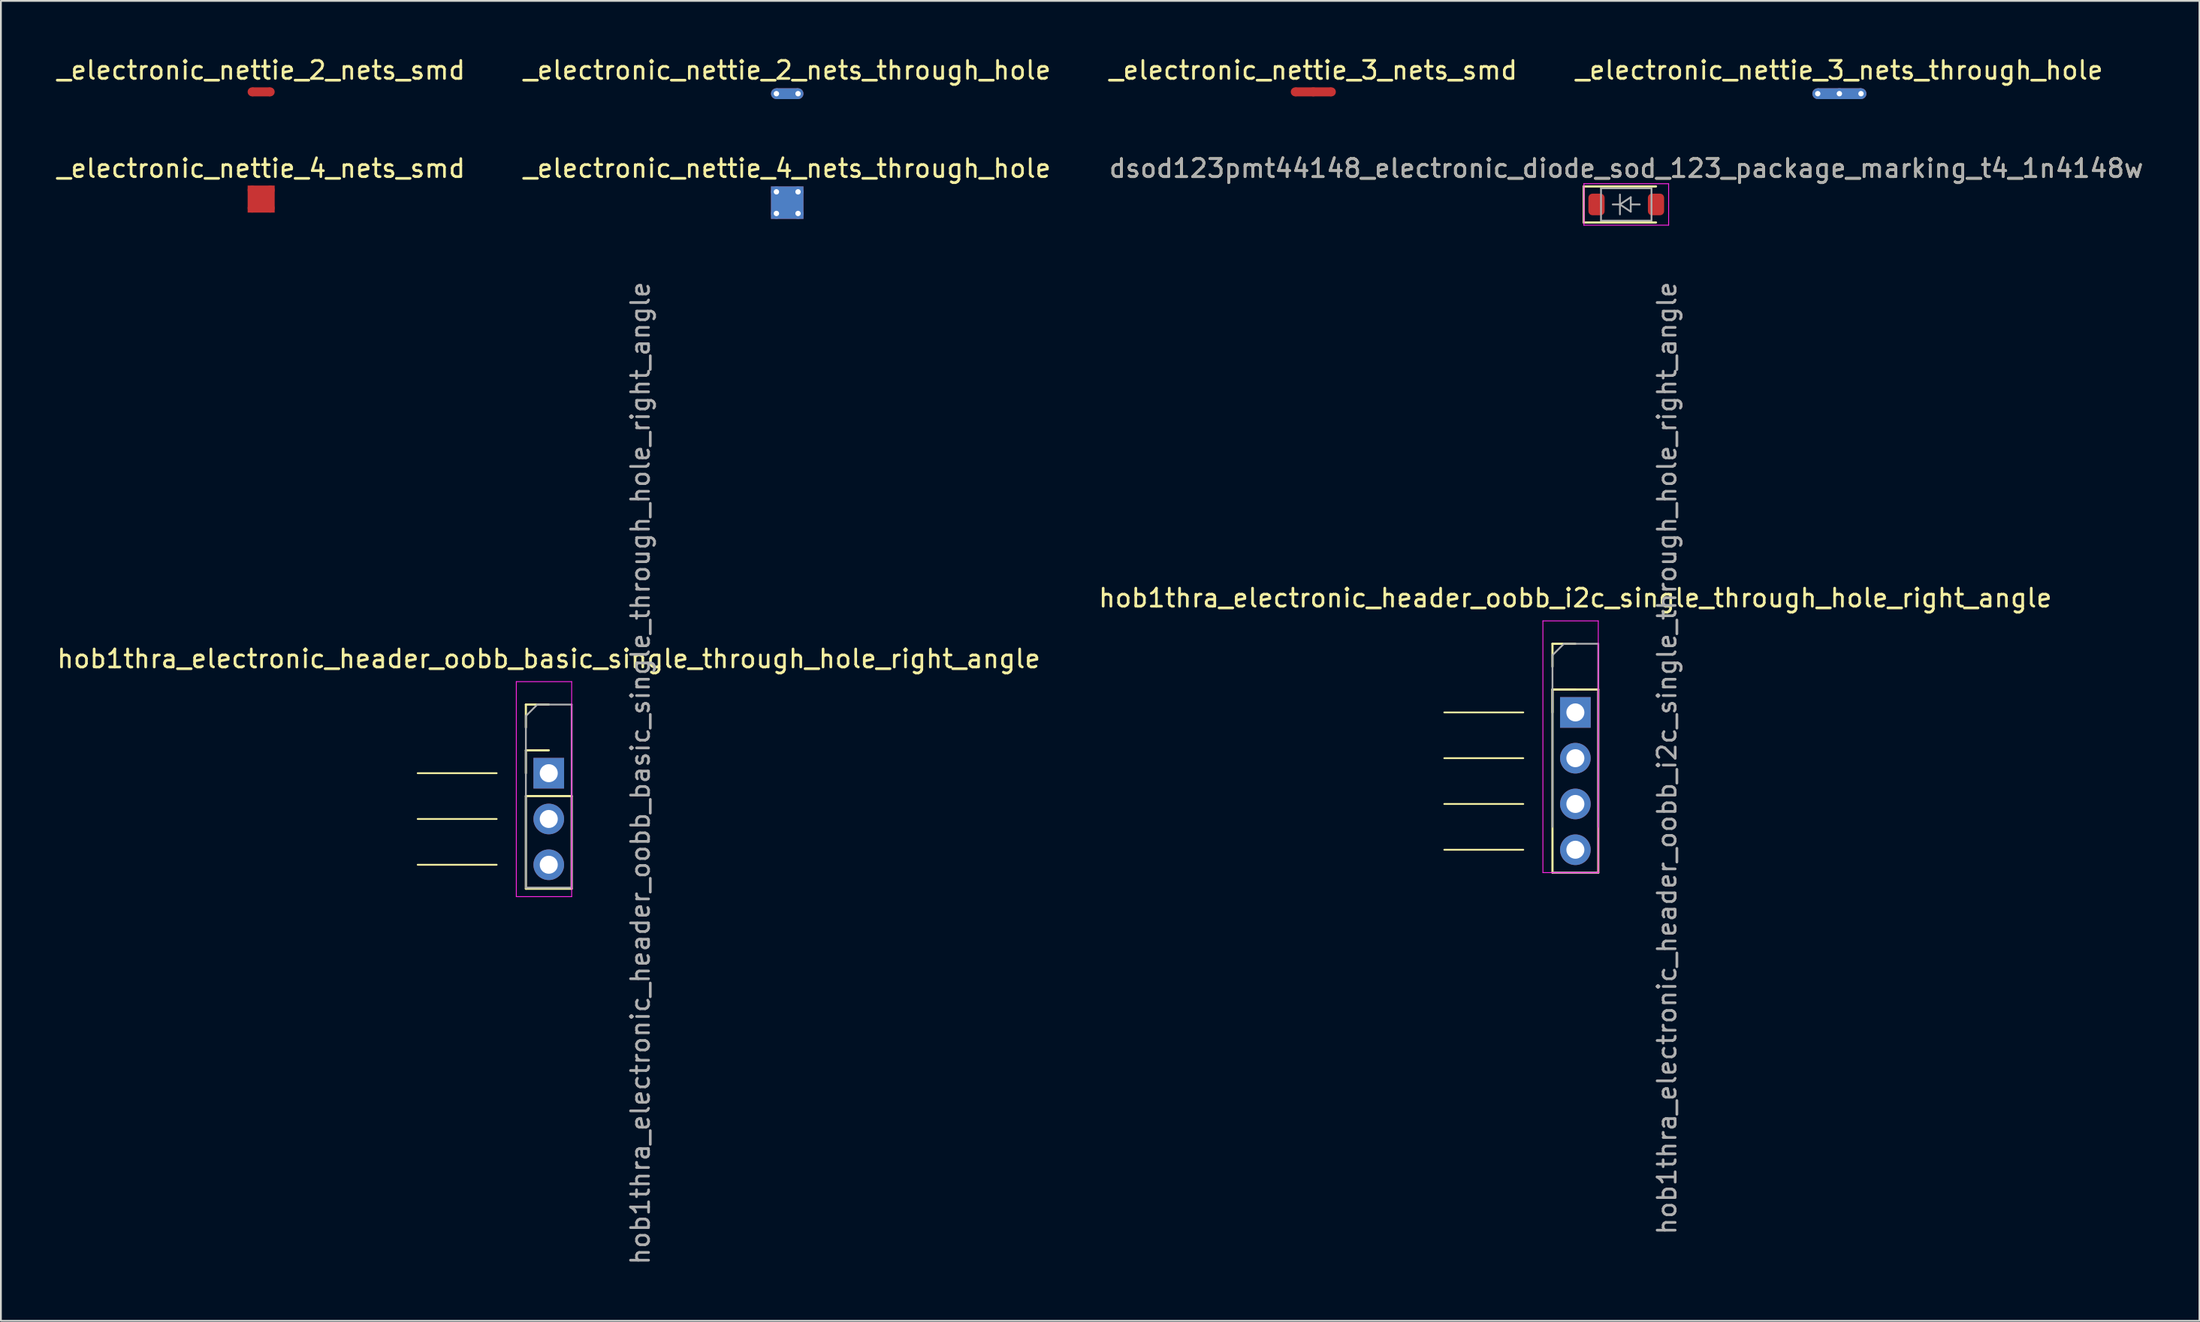
<source format=kicad_pcb>
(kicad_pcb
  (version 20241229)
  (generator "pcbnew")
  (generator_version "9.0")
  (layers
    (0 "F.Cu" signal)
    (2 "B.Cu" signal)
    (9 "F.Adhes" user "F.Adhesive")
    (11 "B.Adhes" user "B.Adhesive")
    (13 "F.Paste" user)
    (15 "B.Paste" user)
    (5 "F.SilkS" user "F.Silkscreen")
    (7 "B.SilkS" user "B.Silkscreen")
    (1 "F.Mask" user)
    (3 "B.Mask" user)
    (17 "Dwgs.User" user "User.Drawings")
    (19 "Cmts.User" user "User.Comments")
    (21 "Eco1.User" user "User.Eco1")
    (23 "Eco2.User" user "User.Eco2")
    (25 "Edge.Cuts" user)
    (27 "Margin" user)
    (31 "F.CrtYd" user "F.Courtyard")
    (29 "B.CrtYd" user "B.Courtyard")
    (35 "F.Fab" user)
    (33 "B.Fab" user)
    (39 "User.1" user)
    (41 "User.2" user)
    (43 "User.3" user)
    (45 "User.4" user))
  (footprint "_electronic_nettie_2_nets_smd"
    (layer "F.Cu")
    (at 11.435 2.048)
    (property "Reference" "_electronic_nettie_2_nets_smd" (at 0 -1.2 0) (layer "F.SilkS") (effects (font (size 1 1) (thickness 0.15))))
    (attr exclude_from_pos_files exclude_from_bom)
    (fp_poly (pts (xy -0.5 -0.25) (xy 0.5 -0.25) (xy 0.5 0.25) (xy -0.5 0.25)) (stroke (width 0) (type solid)) (fill yes) (layer "F.Cu"))
    (pad "1" smd circle (at -0.5 0) (size 0.5 0.5) (layers "F.Cu"))
    (pad "2" smd circle (at 0.5 0) (size 0.5 0.5) (layers "F.Cu")))
  (footprint "hob1thra_electronic_header_oobb_i2c_single_through_hole_right_angle"
    (layer "F.Cu")
    (at 84.327 36.485)
    (property "Reference" "hob1thra_electronic_header_oobb_i2c_single_through_hole_right_angle" (at 0 -6.35 0) (layer "F.SilkS") (effects (font (size 1 1) (thickness 0.15))))
    (attr through_hole)
    (fp_line (start -2.89 0) (end -7.27 0) (stroke (width 0.1) (type default)) (layer "F.SilkS"))
    (fp_line (start -2.89 2.54) (end -7.27 2.54) (stroke (width 0.1) (type default)) (layer "F.SilkS"))
    (fp_line (start -2.89 5.08) (end -7.27 5.08) (stroke (width 0.1) (type default)) (layer "F.SilkS"))
    (fp_line (start -2.89 7.62) (end -7.27 7.62) (stroke (width 0.1) (type default)) (layer "F.SilkS"))
    (fp_line (start -1.27 -3.81) (end 0 -3.81) (stroke (width 0.12) (type solid)) (layer "F.SilkS"))
    (fp_line (start -1.27 -2.54) (end -1.27 -3.81) (stroke (width 0.12) (type solid)) (layer "F.SilkS"))
    (fp_line (start -1.27 -1.27) (end -1.27 8.89) (stroke (width 0.12) (type solid)) (layer "F.SilkS"))
    (fp_line (start -1.27 -1.27) (end 0 -1.27) (stroke (width 0.12) (type solid)) (layer "F.SilkS"))
    (fp_line (start -1.27 0) (end -1.27 -1.27) (stroke (width 0.12) (type solid)) (layer "F.SilkS"))
    (fp_line (start -1.27 8.89) (end 1.27 8.89) (stroke (width 0.12) (type solid)) (layer "F.SilkS"))
    (fp_line (start 1.27 -1.27) (end -1.27 -1.27) (stroke (width 0.12) (type solid)) (layer "F.SilkS"))
    (fp_line (start 1.27 -1.27) (end 1.27 8.89) (stroke (width 0.12) (type solid)) (layer "F.SilkS"))
    (fp_line (start -1.8 -5.08) (end -1.8 8.89) (stroke (width 0.05) (type solid)) (layer "F.CrtYd"))
    (fp_line (start -1.8 8.89) (end 1.27 8.89) (stroke (width 0.05) (type solid)) (layer "F.CrtYd"))
    (fp_line (start 1.27 -5.08) (end -1.8 -5.08) (stroke (width 0.05) (type solid)) (layer "F.CrtYd"))
    (fp_line (start 1.27 8.89) (end 1.27 -5.08) (stroke (width 0.05) (type solid)) (layer "F.CrtYd"))
    (fp_line (start -1.27 -3.175) (end -0.635 -3.81) (stroke (width 0.1) (type solid)) (layer "F.Fab"))
    (fp_line (start -1.27 6.35) (end -1.27 -3.175) (stroke (width 0.1) (type solid)) (layer "F.Fab"))
    (fp_line (start -0.635 -3.81) (end 1.27 -3.81) (stroke (width 0.1) (type solid)) (layer "F.Fab"))
    (fp_line (start 1.27 -3.81) (end 1.27 6.35) (stroke (width 0.1) (type solid)) (layer "F.Fab"))
    (fp_line (start 1.27 8.89) (end -1.27 8.89) (stroke (width 0.1) (type solid)) (layer "F.Fab"))
    (fp_text user "${REFERENCE}" (at 5.08 2.54 90) (layer "F.Fab") (effects (font (size 1 1) (thickness 0.15))))
    (pad "1" thru_hole oval (at 0 7.62) (size 1.7 1.7) (drill 1) (layers "*.Cu" "*.Mask"))
    (pad "2" thru_hole oval (at 0 5.08) (size 1.7 1.7) (drill 1) (layers "*.Cu" "*.Mask"))
    (pad "3" thru_hole circle (at 0 2.54) (size 1.7 1.7) (drill 1) (layers "*.Cu" "*.Mask"))
    (pad "4" thru_hole rect (at 0 0) (size 1.7 1.7) (drill 1) (layers "*.Cu" "*.Mask")))
  (footprint "_electronic_nettie_3_nets_through_hole"
    (layer "F.Cu")
    (at 97.77 2.148)
    (property "Reference" "_electronic_nettie_3_nets_through_hole" (at 1.2 -1.3 0) (layer "F.SilkS") (effects (font (size 1 1) (thickness 0.15))))
    (attr exclude_from_pos_files exclude_from_bom)
    (fp_poly (pts (xy 0 -0.3) (xy 2.4 -0.3) (xy 2.4 0.3) (xy 0 0.3)) (stroke (width 0) (type solid)) (fill yes) (layer "F.Cu"))
    (fp_poly (pts (xy 0 -0.3) (xy 2.4 -0.3) (xy 2.4 0.3) (xy 0 0.3)) (stroke (width 0) (type solid)) (fill yes) (layer "B.Cu"))
    (pad "1" thru_hole circle (at 0 0) (size 0.6 0.6) (drill 0.3) (layers "*.Cu"))
    (pad "2" thru_hole circle (at 1.2 0) (size 0.6 0.6) (drill 0.3) (layers "*.Cu"))
    (pad "3" thru_hole circle (at 2.4 0) (size 0.6 0.6) (drill 0.3) (layers "*.Cu")))
  (footprint "_electronic_nettie_3_nets_smd"
    (layer "F.Cu")
    (at 69.792 2.048)
    (property "Reference" "_electronic_nettie_3_nets_smd" (at 0 -1.2 0) (layer "F.SilkS") (effects (font (size 1 1) (thickness 0.15))))
    (attr exclude_from_pos_files exclude_from_bom)
    (fp_poly (pts (xy -1 -0.25) (xy 1 -0.25) (xy 1 0.25) (xy -1 0.25)) (stroke (width 0) (type solid)) (fill yes) (layer "F.Cu"))
    (pad "1" smd circle (at -1 0) (size 0.5 0.5) (layers "F.Cu"))
    (pad "2" smd circle (at 0 0) (size 0.5 0.5) (layers "F.Cu"))
    (pad "3" smd circle (at 1 0) (size 0.5 0.5) (layers "F.Cu")))
  (footprint "dsod123pmt44148_electronic_diode_sod_123_package_marking_t4_1n4148w"
    (layer "F.Cu")
    (at 87.149 8.296)
    (property "Reference" "dsod123pmt44148_electronic_diode_sod_123_package_marking_t4_1n4148w" (at 0 -2 0) (layer "F.SilkS") (effects (font (size 1 1) (thickness 0.15))))
    (attr smd)
    (fp_line (start -2.36 -1) (end -2.36 1) (stroke (width 0.12) (type solid)) (layer "F.SilkS"))
    (fp_line (start -2.36 -1) (end 1.65 -1) (stroke (width 0.12) (type solid)) (layer "F.SilkS"))
    (fp_line (start -2.36 1) (end 1.65 1) (stroke (width 0.12) (type solid)) (layer "F.SilkS"))
    (fp_line (start -2.35 -1.15) (end -2.35 1.15) (stroke (width 0.05) (type solid)) (layer "F.CrtYd"))
    (fp_line (start -2.35 -1.15) (end 2.35 -1.15) (stroke (width 0.05) (type solid)) (layer "F.CrtYd"))
    (fp_line (start 2.35 -1.15) (end 2.35 1.15) (stroke (width 0.05) (type solid)) (layer "F.CrtYd"))
    (fp_line (start 2.35 1.15) (end -2.35 1.15) (stroke (width 0.05) (type solid)) (layer "F.CrtYd"))
    (fp_line (start -1.4 -0.9) (end 1.4 -0.9) (stroke (width 0.1) (type solid)) (layer "F.Fab"))
    (fp_line (start -1.4 0.9) (end -1.4 -0.9) (stroke (width 0.1) (type solid)) (layer "F.Fab"))
    (fp_line (start -0.75 0) (end -0.35 0) (stroke (width 0.1) (type solid)) (layer "F.Fab"))
    (fp_line (start -0.35 0) (end -0.35 -0.55) (stroke (width 0.1) (type solid)) (layer "F.Fab"))
    (fp_line (start -0.35 0) (end -0.35 0.55) (stroke (width 0.1) (type solid)) (layer "F.Fab"))
    (fp_line (start -0.35 0) (end 0.25 -0.4) (stroke (width 0.1) (type solid)) (layer "F.Fab"))
    (fp_line (start 0.25 -0.4) (end 0.25 0.4) (stroke (width 0.1) (type solid)) (layer "F.Fab"))
    (fp_line (start 0.25 0) (end 0.75 0) (stroke (width 0.1) (type solid)) (layer "F.Fab"))
    (fp_line (start 0.25 0.4) (end -0.35 0) (stroke (width 0.1) (type solid)) (layer "F.Fab"))
    (fp_line (start 1.4 -0.9) (end 1.4 0.9) (stroke (width 0.1) (type solid)) (layer "F.Fab"))
    (fp_line (start 1.4 0.9) (end -1.4 0.9) (stroke (width 0.1) (type solid)) (layer "F.Fab"))
    (fp_text user "${REFERENCE}" (at 0 -2 0) (layer "F.Fab") (effects (font (size 1 1) (thickness 0.15))))
    (pad "1" smd roundrect (at -1.65 0) (size 0.9 1.2) (layers "F.Cu" "F.Mask" "F.Paste") (roundrect_rratio 0.25))
    (pad "2" smd roundrect (at 1.65 0) (size 0.9 1.2) (layers "F.Cu" "F.Mask" "F.Paste") (roundrect_rratio 0.25)))
  (footprint "_electronic_nettie_4_nets_smd"
    (layer "F.Cu")
    (at 11.435 7.997)
    (property "Reference" "_electronic_nettie_4_nets_smd" (at 0 -1.7 0) (layer "F.SilkS") (effects (font (size 1 1) (thickness 0.15))))
    (attr exclude_from_pos_files exclude_from_bom)
    (fp_poly (pts (xy -0.75 -0.75) (xy 0.75 -0.75) (xy 0.75 0.75) (xy -0.75 0.75)) (stroke (width 0) (type solid)) (fill yes) (layer "F.Cu"))
    (pad "1" smd circle (at -0.5 -0.5) (size 0.5 0.5) (layers "F.Cu"))
    (pad "2" smd circle (at 0.5 -0.5) (size 0.5 0.5) (layers "F.Cu"))
    (pad "3" smd circle (at -0.5 0.5) (size 0.5 0.5) (layers "F.Cu"))
    (pad "4" smd circle (at 0.5 0.5) (size 0.5 0.5) (layers "F.Cu")))
  (footprint "hob1thra_electronic_header_oobb_basic_single_through_hole_right_angle"
    (layer "F.Cu")
    (at 27.387 39.858)
    (property "Reference" "hob1thra_electronic_header_oobb_basic_single_through_hole_right_angle" (at 0 -6.35 0) (layer "F.SilkS") (effects (font (size 1 1) (thickness 0.15))))
    (attr through_hole)
    (fp_line (start -2.89 0) (end -7.27 0) (stroke (width 0.1) (type default)) (layer "F.SilkS"))
    (fp_line (start -2.89 2.54) (end -7.27 2.54) (stroke (width 0.1) (type default)) (layer "F.SilkS"))
    (fp_line (start -2.89 5.08) (end -7.27 5.08) (stroke (width 0.1) (type default)) (layer "F.SilkS"))
    (fp_line (start -1.27 -3.81) (end 0 -3.81) (stroke (width 0.12) (type solid)) (layer "F.SilkS"))
    (fp_line (start -1.27 -2.54) (end -1.27 -3.81) (stroke (width 0.12) (type solid)) (layer "F.SilkS"))
    (fp_line (start -1.27 -1.27) (end 0 -1.27) (stroke (width 0.12) (type solid)) (layer "F.SilkS"))
    (fp_line (start -1.27 0) (end -1.27 -1.27) (stroke (width 0.12) (type solid)) (layer "F.SilkS"))
    (fp_line (start -1.27 1.27) (end -1.27 6.41) (stroke (width 0.12) (type solid)) (layer "F.SilkS"))
    (fp_line (start -1.27 6.41) (end 1.27 6.41) (stroke (width 0.12) (type solid)) (layer "F.SilkS"))
    (fp_line (start 1.27 1.27) (end -1.27 1.27) (stroke (width 0.12) (type solid)) (layer "F.SilkS"))
    (fp_line (start 1.27 1.27) (end 1.27 6.41) (stroke (width 0.12) (type solid)) (layer "F.SilkS"))
    (fp_line (start -1.8 -5.08) (end -1.8 6.85) (stroke (width 0.05) (type solid)) (layer "F.CrtYd"))
    (fp_line (start -1.8 6.85) (end 1.27 6.85) (stroke (width 0.05) (type solid)) (layer "F.CrtYd"))
    (fp_line (start 1.27 -5.08) (end -1.8 -5.08) (stroke (width 0.05) (type solid)) (layer "F.CrtYd"))
    (fp_line (start 1.27 6.85) (end 1.27 -5.08) (stroke (width 0.05) (type solid)) (layer "F.CrtYd"))
    (fp_line (start -1.27 -3.175) (end -0.635 -3.81) (stroke (width 0.1) (type solid)) (layer "F.Fab"))
    (fp_line (start -1.27 6.35) (end -1.27 -3.175) (stroke (width 0.1) (type solid)) (layer "F.Fab"))
    (fp_line (start -0.635 -3.81) (end 1.27 -3.81) (stroke (width 0.1) (type solid)) (layer "F.Fab"))
    (fp_line (start 1.27 -3.81) (end 1.27 6.35) (stroke (width 0.1) (type solid)) (layer "F.Fab"))
    (fp_line (start 1.27 6.35) (end -1.27 6.35) (stroke (width 0.1) (type solid)) (layer "F.Fab"))
    (fp_text user "${REFERENCE}" (at 5.08 0 90) (layer "F.Fab") (effects (font (size 1 1) (thickness 0.15))))
    (pad "1" thru_hole oval (at 0 5.08) (size 1.7 1.7) (drill 1) (layers "*.Cu" "*.Mask"))
    (pad "2" thru_hole oval (at 0 2.54) (size 1.7 1.7) (drill 1) (layers "*.Cu" "*.Mask"))
    (pad "3" thru_hole rect (at 0 0) (size 1.7 1.7) (drill 1) (layers "*.Cu" "*.Mask")))
  (footprint "_electronic_nettie_4_nets_through_hole"
    (layer "F.Cu")
    (at 40.013 7.596)
    (property "Reference" "_electronic_nettie_4_nets_through_hole" (at 0.6 -1.3 0) (layer "F.SilkS") (effects (font (size 1 1) (thickness 0.15))))
    (attr exclude_from_pos_files exclude_from_bom)
    (fp_poly (pts (xy -0.3 -0.3) (xy 1.5 -0.3) (xy 1.5 1.5) (xy -0.3 1.5)) (stroke (width 0) (type solid)) (fill yes) (layer "F.Cu"))
    (fp_poly (pts (xy -0.3 -0.3) (xy 1.5 -0.3) (xy 1.5 1.5) (xy -0.3 1.5)) (stroke (width 0) (type solid)) (fill yes) (layer "B.Cu"))
    (pad "1" thru_hole circle (at 0 0) (size 0.6 0.6) (drill 0.3) (layers "*.Cu"))
    (pad "2" thru_hole circle (at 1.2 0) (size 0.6 0.6) (drill 0.3) (layers "*.Cu"))
    (pad "3" thru_hole circle (at 0 1.2) (size 0.6 0.6) (drill 0.3) (layers "*.Cu"))
    (pad "4" thru_hole circle (at 1.2 1.2) (size 0.6 0.6) (drill 0.3) (layers "*.Cu")))
  (footprint "_electronic_nettie_2_nets_through_hole"
    (layer "F.Cu")
    (at 40.013 2.148)
    (property "Reference" "_electronic_nettie_2_nets_through_hole" (at 0.6 -1.3 0) (layer "F.SilkS") (effects (font (size 1 1) (thickness 0.15))))
    (attr exclude_from_pos_files exclude_from_bom)
    (fp_poly (pts (xy 0 -0.3) (xy 1.2 -0.3) (xy 1.2 0.3) (xy 0 0.3)) (stroke (width 0) (type solid)) (fill yes) (layer "F.Cu"))
    (fp_poly (pts (xy 0 -0.3) (xy 1.2 -0.3) (xy 1.2 0.3) (xy 0 0.3)) (stroke (width 0) (type solid)) (fill yes) (layer "B.Cu"))
    (pad "1" thru_hole circle (at 0 0) (size 0.6 0.6) (drill 0.3) (layers "*.Cu"))
    (pad "2" thru_hole circle (at 1.2 0) (size 0.6 0.6) (drill 0.3) (layers "*.Cu")))
  (gr_rect
    (start -3 -3)
    (end 118.94 70.245)
    (stroke (width 0.1) (type default))
    (fill no)
    (layer "Edge.Cuts")))
</source>
